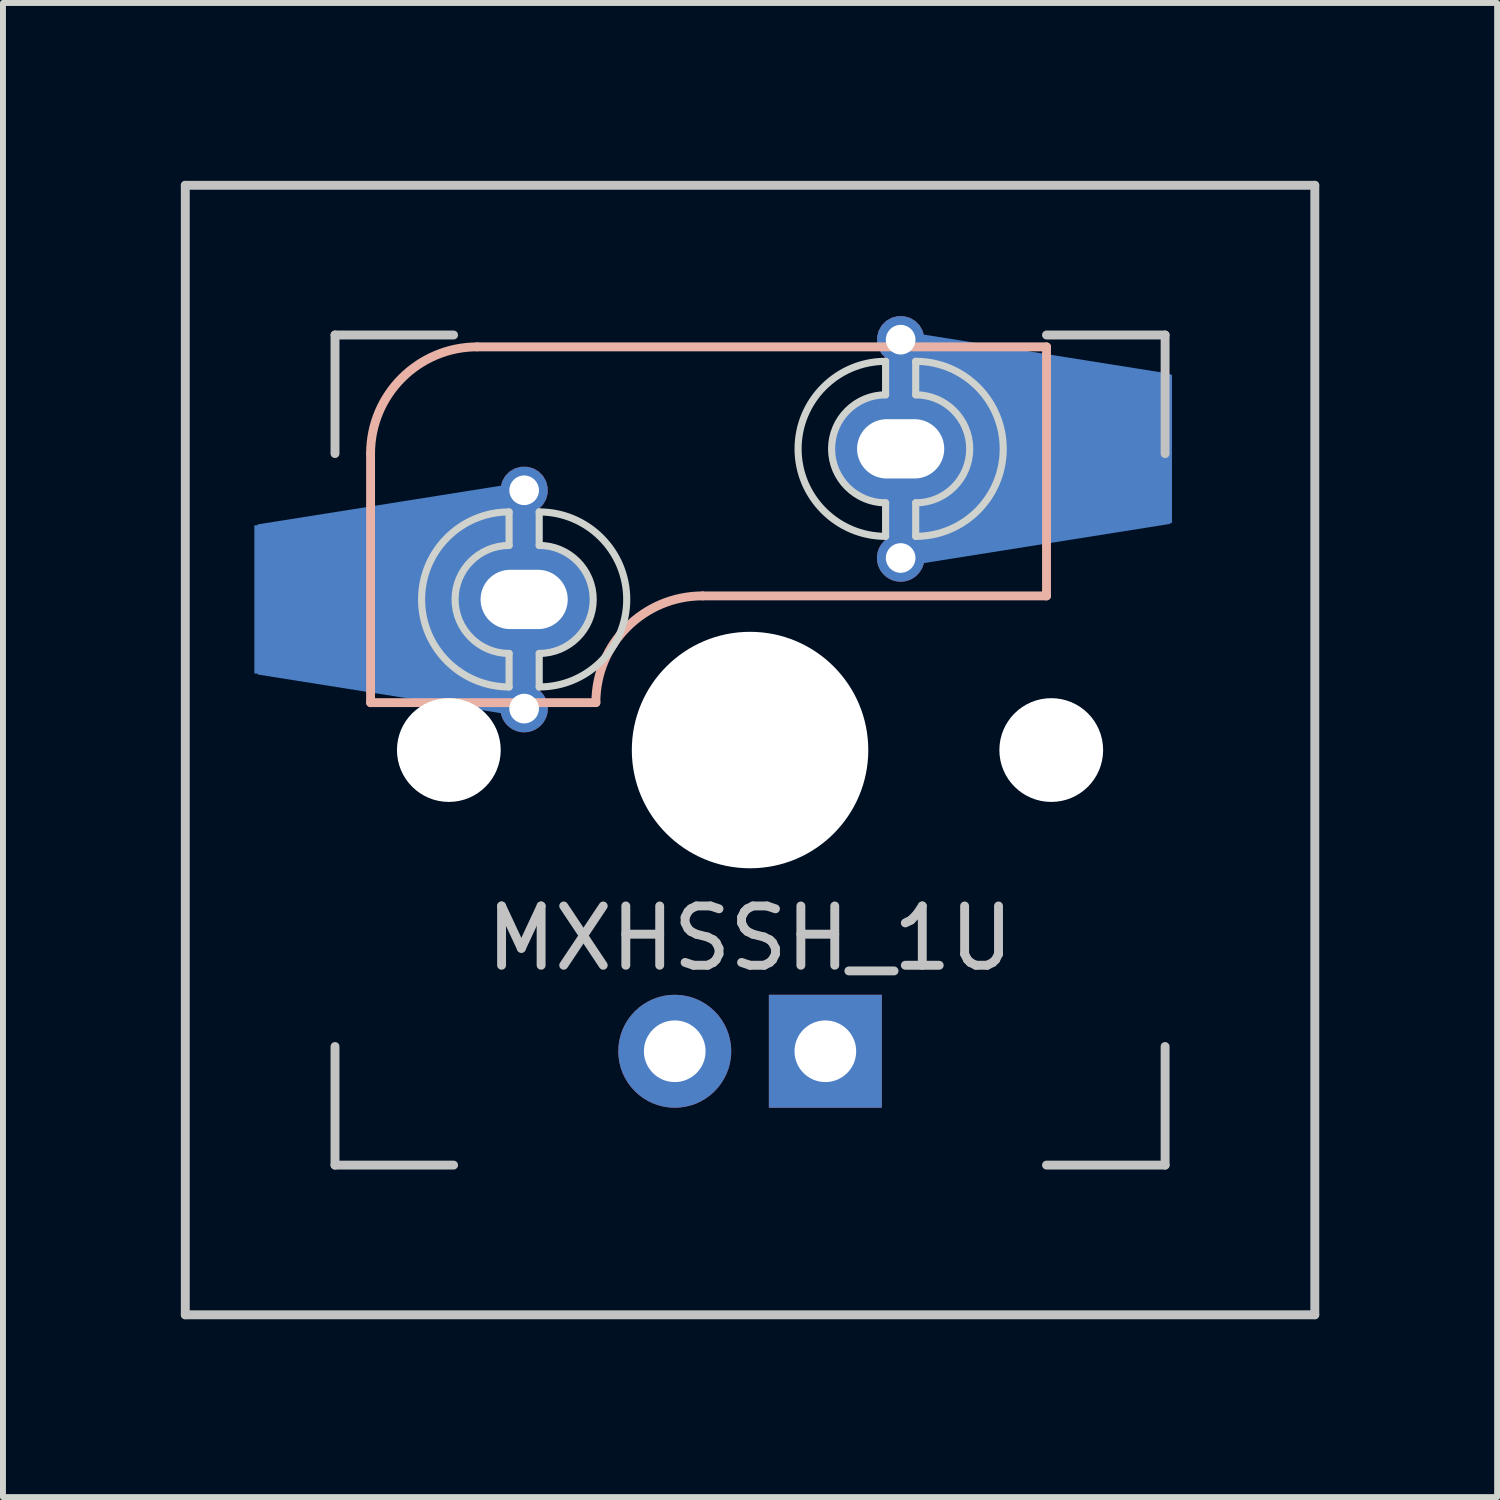
<source format=kicad_pcb>
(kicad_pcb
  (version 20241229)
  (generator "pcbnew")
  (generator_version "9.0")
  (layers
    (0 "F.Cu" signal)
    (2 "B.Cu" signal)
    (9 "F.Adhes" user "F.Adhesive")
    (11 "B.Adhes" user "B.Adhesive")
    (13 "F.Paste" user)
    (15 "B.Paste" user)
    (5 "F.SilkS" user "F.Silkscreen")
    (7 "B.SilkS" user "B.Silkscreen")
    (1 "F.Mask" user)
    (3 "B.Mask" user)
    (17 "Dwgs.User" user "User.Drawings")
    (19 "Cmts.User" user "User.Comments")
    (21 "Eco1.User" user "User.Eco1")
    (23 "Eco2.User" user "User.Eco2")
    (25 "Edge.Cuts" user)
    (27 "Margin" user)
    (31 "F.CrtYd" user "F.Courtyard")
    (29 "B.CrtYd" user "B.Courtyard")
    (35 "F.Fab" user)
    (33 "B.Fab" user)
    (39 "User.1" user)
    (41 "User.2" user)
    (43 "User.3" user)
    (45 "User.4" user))
  (footprint "MXHSSH_1U"
    (layer "F.Cu")
    (at 9.6 9.6)
    (property "Reference" "MXHSSH_1U" (at 0 3.175 0) (layer "Dwgs.User") (effects (font (size 1 1) (thickness 0.15))))
    (attr through_hole)
    (fp_line (start -6.4 -5) (end -6.4 -0.8) (stroke (width 0.15) (type solid)) (layer "B.SilkS"))
    (fp_line (start -6.4 -0.8) (end -2.6 -0.8) (stroke (width 0.15) (type solid)) (layer "B.SilkS"))
    (fp_line (start -0.8 -2.6) (end 5 -2.6) (stroke (width 0.15) (type solid)) (layer "B.SilkS"))
    (fp_line (start 5 -6.8) (end -4.6 -6.8) (stroke (width 0.15) (type solid)) (layer "B.SilkS"))
    (fp_line (start 5 -2.6) (end 5 -6.8) (stroke (width 0.15) (type solid)) (layer "B.SilkS"))
    (fp_arc (start -6.4 -5) (mid -5.872792 -6.272792) (end -4.6 -6.8) (stroke (width 0.15) (type solid)) (layer "B.SilkS"))
    (fp_arc (start -2.6 -0.8) (mid -2.072792 -2.072792) (end -0.8 -2.6) (stroke (width 0.15) (type solid)) (layer "B.SilkS"))
    (fp_poly (pts (xy -6.477 -4.064) (xy -8.509 -3.747) (xy -8.509 -1.206) (xy -6.477 -0.889)) (stroke (width 0.1) (type solid)) (fill yes) (layer "B.Paste"))
    (fp_poly (pts (xy 5.08 -3.493) (xy 7.112 -3.81) (xy 7.112 -6.35) (xy 5.08 -6.668)) (stroke (width 0.1) (type solid)) (fill yes) (layer "B.Paste"))
    (fp_line (start -9.525 -9.525) (end 9.525 -9.525) (stroke (width 0.15) (type solid)) (layer "Dwgs.User"))
    (fp_line (start -9.525 9.525) (end -9.525 -9.525) (stroke (width 0.15) (type solid)) (layer "Dwgs.User"))
    (fp_line (start -7 -7) (end -7 -5) (stroke (width 0.15) (type solid)) (layer "Dwgs.User"))
    (fp_line (start -7 5) (end -7 7) (stroke (width 0.15) (type solid)) (layer "Dwgs.User"))
    (fp_line (start -7 7) (end -5 7) (stroke (width 0.15) (type solid)) (layer "Dwgs.User"))
    (fp_line (start -5 -7) (end -7 -7) (stroke (width 0.15) (type solid)) (layer "Dwgs.User"))
    (fp_line (start 5 -7) (end 7 -7) (stroke (width 0.15) (type solid)) (layer "Dwgs.User"))
    (fp_line (start 5 7) (end 7 7) (stroke (width 0.15) (type solid)) (layer "Dwgs.User"))
    (fp_line (start 7 -7) (end 7 -5) (stroke (width 0.15) (type solid)) (layer "Dwgs.User"))
    (fp_line (start 7 7) (end 7 5) (stroke (width 0.15) (type solid)) (layer "Dwgs.User"))
    (fp_line (start 9.525 -9.525) (end 9.525 9.525) (stroke (width 0.15) (type solid)) (layer "Dwgs.User"))
    (fp_line (start 9.525 9.525) (end -9.525 9.525) (stroke (width 0.15) (type solid)) (layer "Dwgs.User"))
    (fp_line (start -4.064 -4.016) (end -4.064 -3.451) (stroke (width 0.12) (type solid)) (layer "Edge.Cuts"))
    (fp_line (start -4.064 -1.63) (end -4.064 -1.065) (stroke (width 0.12) (type solid)) (layer "Edge.Cuts"))
    (fp_line (start -3.556 -4.016) (end -3.556 -3.451) (stroke (width 0.12) (type solid)) (layer "Edge.Cuts"))
    (fp_line (start -3.556 -1.064) (end -3.556 -1.629) (stroke (width 0.12) (type solid)) (layer "Edge.Cuts"))
    (fp_line (start 2.286 -6.556) (end 2.286 -5.991) (stroke (width 0.12) (type solid)) (layer "Edge.Cuts"))
    (fp_line (start 2.286 -4.17) (end 2.286 -3.605) (stroke (width 0.12) (type solid)) (layer "Edge.Cuts"))
    (fp_line (start 2.794 -6.556) (end 2.794 -5.991) (stroke (width 0.12) (type solid)) (layer "Edge.Cuts"))
    (fp_line (start 2.794 -3.604) (end 2.794 -4.169) (stroke (width 0.12) (type solid)) (layer "Edge.Cuts"))
    (fp_arc (start -4.063835 -1.064122) (mid -5.540145 -2.539918) (end -4.064 -4.015878) (stroke (width 0.12) (type solid)) (layer "Edge.Cuts"))
    (fp_arc (start -4.063466 -1.629123) (mid -4.97461 -2.539733) (end -4.064 -3.450877) (stroke (width 0.12) (type solid)) (layer "Edge.Cuts"))
    (fp_arc (start -3.556267 -3.450877) (mid -2.645123 -2.540267) (end -3.555733 -1.629123) (stroke (width 0.12) (type solid)) (layer "Edge.Cuts"))
    (fp_arc (start -3.555898 -4.015878) (mid -2.079588 -2.540082) (end -3.555733 -1.064122) (stroke (width 0.12) (type solid)) (layer "Edge.Cuts"))
    (fp_arc (start 2.286165 -3.604122) (mid 0.809855 -5.079918) (end 2.286 -6.555878) (stroke (width 0.12) (type solid)) (layer "Edge.Cuts"))
    (fp_arc (start 2.286534 -4.169123) (mid 1.37539 -5.079733) (end 2.286 -5.990877) (stroke (width 0.12) (type solid)) (layer "Edge.Cuts"))
    (fp_arc (start 2.793733 -5.990877) (mid 3.704877 -5.080267) (end 2.794267 -4.169123) (stroke (width 0.12) (type solid)) (layer "Edge.Cuts"))
    (fp_arc (start 2.794102 -6.555878) (mid 4.270412 -5.080082) (end 2.794267 -3.604122) (stroke (width 0.12) (type solid)) (layer "Edge.Cuts"))
    (pad "" np_thru_hole circle (at -5.08 0 48.1) (size 1.75 1.75) (drill 1.75) (layers "*.Cu" "*.Mask"))
    (pad "" np_thru_hole circle (at 0 0) (size 3.988 3.988) (drill 3.988) (layers "*.Cu" "*.Mask"))
    (pad "" np_thru_hole circle (at 5.08 0 48.1) (size 1.75 1.75) (drill 1.75) (layers "*.Cu" "*.Mask"))
    (pad "1" smd custom (at -7.085 -2.54) (size 2.55 2.5) (layers "B.Cu" "B.Mask") (options (anchor rect)) (primitives (gr_poly (pts (xy -1.195 -1.219) (xy 3.275 -1.93) (xy 3.275 1.93) (xy -1.195 1.219)) (width 0.1) (fill yes))))
    (pad "1" thru_hole custom (at -3.81 -4.381) (size 0.8 0.8) (drill 0.5) (layers "*.Cu") (options (anchor circle)) (primitives (gr_line (start 0 -0.127) (end 0 3.343) (width 0.4)) (gr_line (start 0 -0.127) (end 0 3.343) (width 0.4))))
    (pad "1" thru_hole oval (at -3.81 -2.54) (size 2.25 1.78) (drill oval 1.47 1) (layers "*.Cu" "B.Mask"))
    (pad "1" thru_hole circle (at -3.81 -0.699) (size 0.8 0.8) (drill 0.5) (layers "*.Cu"))
    (pad "2" thru_hole custom (at 2.54 -6.921) (size 0.8 0.8) (drill 0.5) (layers "*.Cu") (options (anchor circle)) (primitives (gr_line (start 0 -0.127) (end 0 3.343) (width 0.4)) (gr_line (start 0 -0.127) (end 0 3.343) (width 0.4))))
    (pad "2" thru_hole oval (at 2.54 -5.08) (size 2.25 1.78) (drill oval 1.47 1) (layers "*.Cu" "B.Mask"))
    (pad "2" thru_hole circle (at 2.54 -3.239) (size 0.8 0.8) (drill 0.5) (layers "*.Cu"))
    (pad "2" smd custom (at 5.841 -5.08) (size 2.55 2.5) (layers "B.Cu" "B.Mask") (options (anchor rect)) (primitives (gr_poly (pts (xy 1.219 1.219) (xy -3.251 1.93) (xy -3.251 -1.93) (xy 1.219 -1.219)) (width 0.1) (fill yes))))
    (pad "3" thru_hole circle (at -1.27 5.08) (size 1.905 1.905) (drill 1.04) (layers "*.Cu" "B.Mask"))
    (pad "4" thru_hole rect (at 1.27 5.08) (size 1.905 1.905) (drill 1.04) (layers "*.Cu" "B.Mask")))
  (gr_rect
    (start -3 -3)
    (end 22.2 22.2)
    (stroke (width 0.1) (type default))
    (fill no)
    (layer "Edge.Cuts")))
</source>
